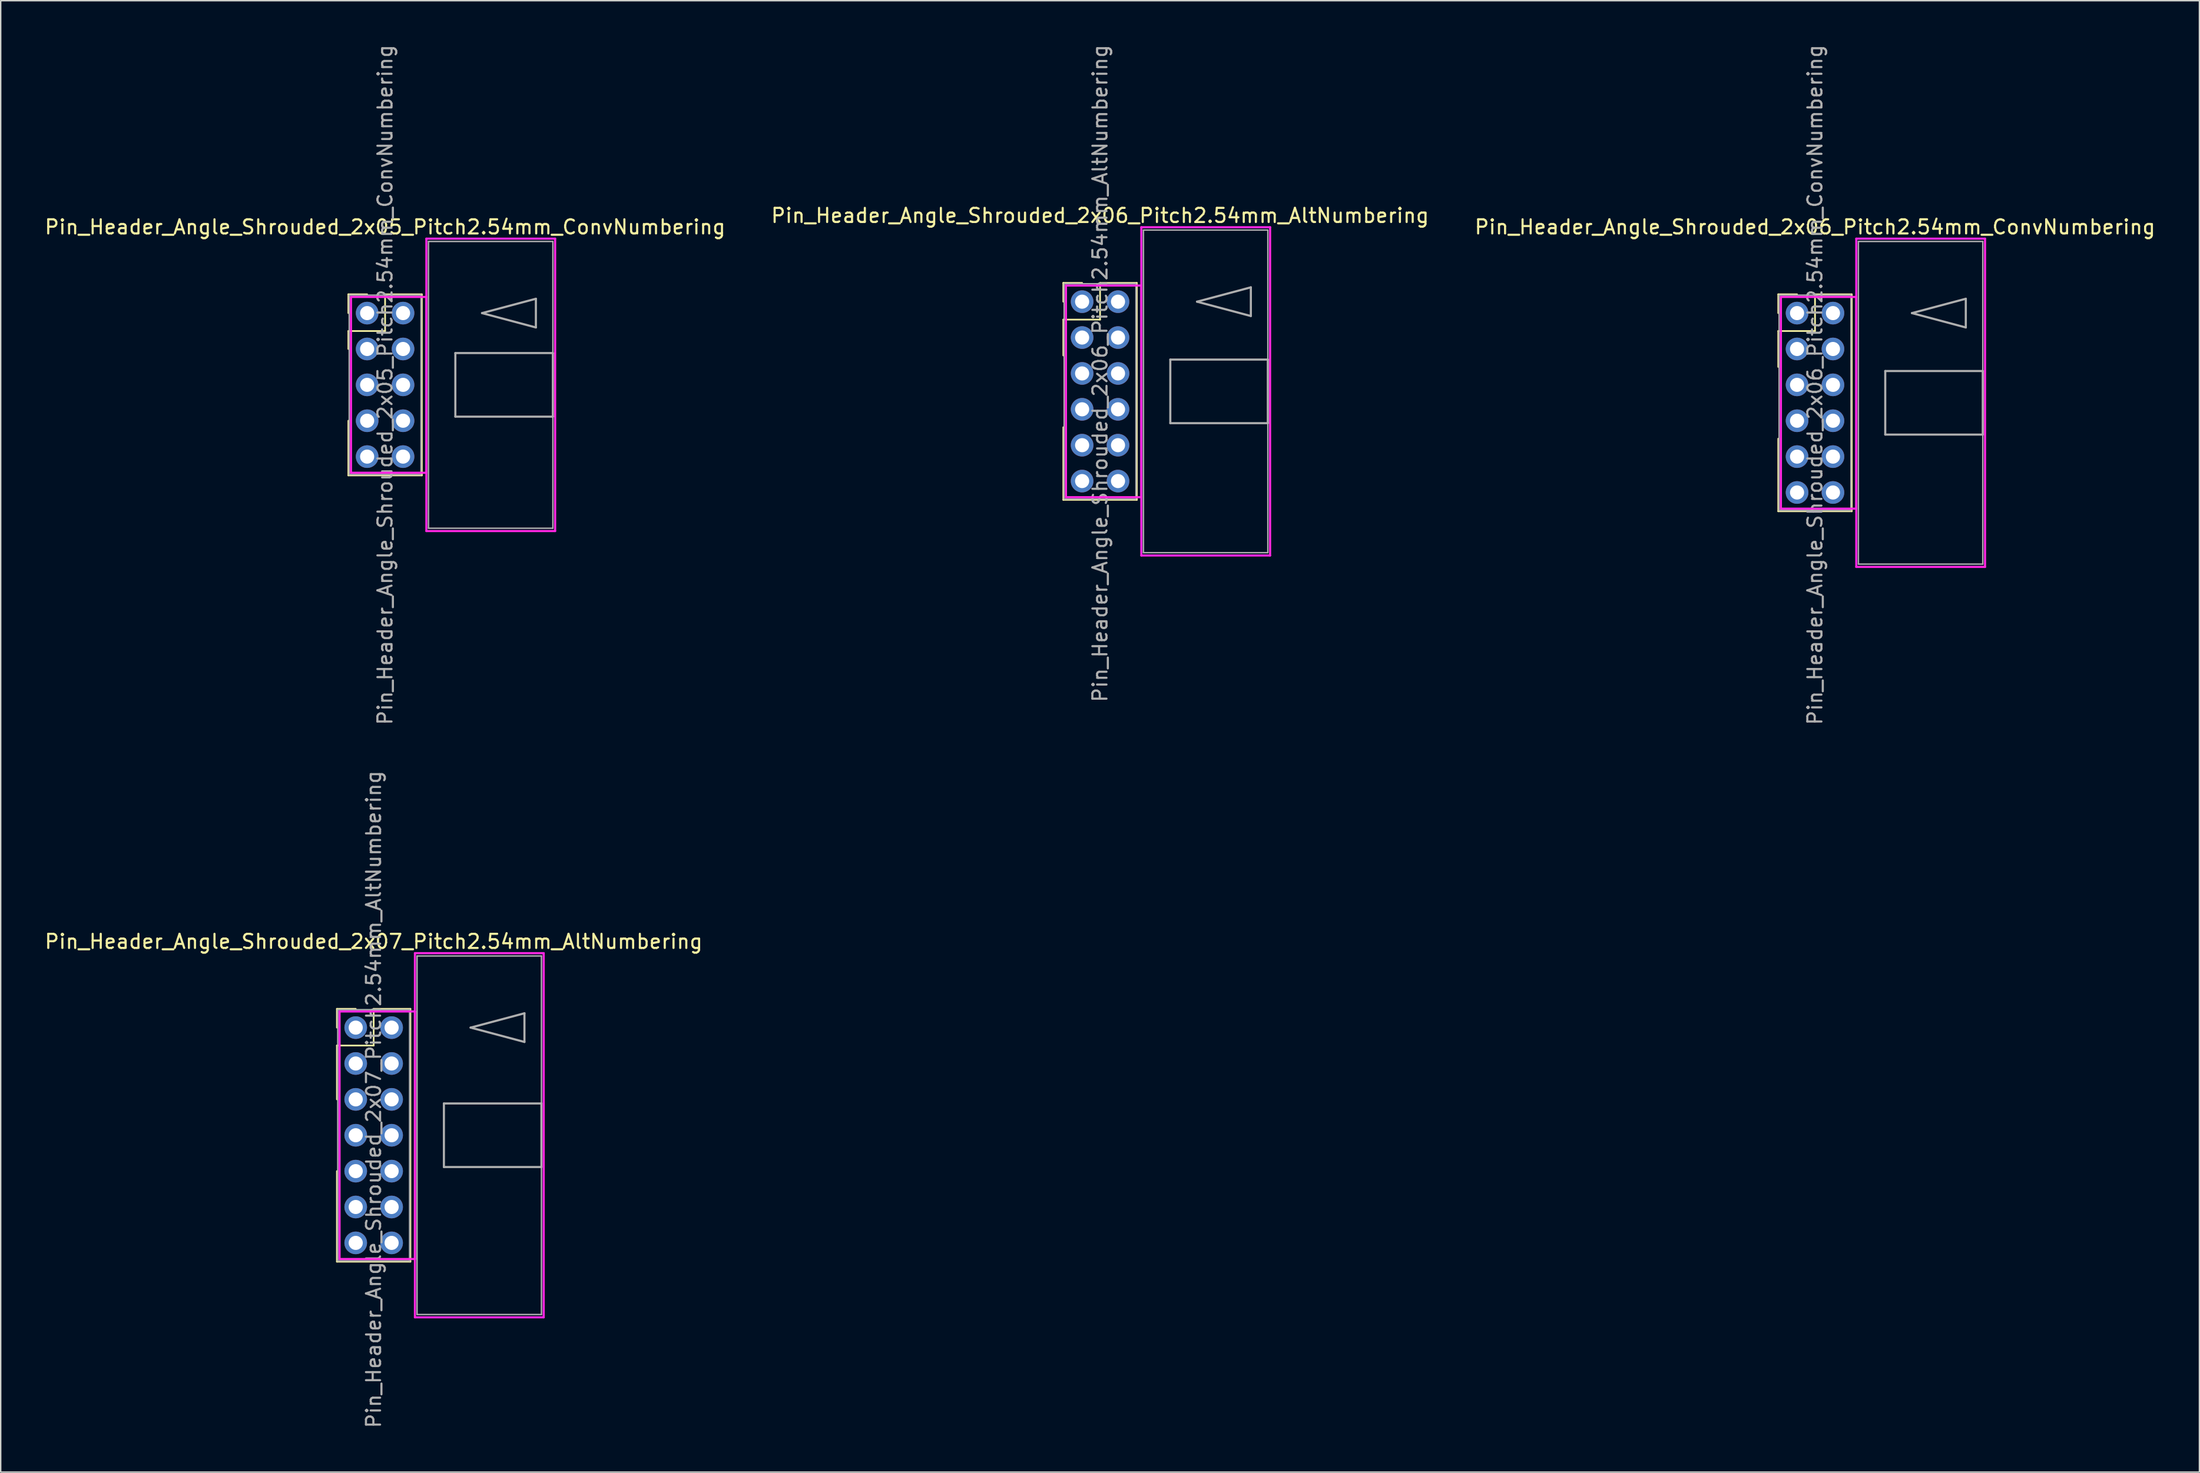
<source format=kicad_pcb>
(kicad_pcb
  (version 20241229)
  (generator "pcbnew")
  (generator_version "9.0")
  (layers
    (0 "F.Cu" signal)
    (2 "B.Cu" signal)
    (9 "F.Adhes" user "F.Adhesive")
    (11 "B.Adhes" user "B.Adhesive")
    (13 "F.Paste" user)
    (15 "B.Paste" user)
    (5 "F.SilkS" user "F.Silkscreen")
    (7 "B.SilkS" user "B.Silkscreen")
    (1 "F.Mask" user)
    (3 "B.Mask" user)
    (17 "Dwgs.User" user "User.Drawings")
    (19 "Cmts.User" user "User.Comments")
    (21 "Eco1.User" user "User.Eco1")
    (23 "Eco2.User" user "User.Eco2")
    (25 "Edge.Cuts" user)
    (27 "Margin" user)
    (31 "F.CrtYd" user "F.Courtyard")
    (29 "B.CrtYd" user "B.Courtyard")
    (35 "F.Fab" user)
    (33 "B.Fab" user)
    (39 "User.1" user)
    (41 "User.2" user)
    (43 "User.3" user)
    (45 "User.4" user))
  (footprint "Pin_Header_Angle_Shrouded_2x06_Pitch2.54mm_AltNumbering"
    (layer "F.Cu")
    (at 73.51 18.307)
    (property "Reference" "Pin_Header_Angle_Shrouded_2x06_Pitch2.54mm_AltNumbering" (at 1.27 -6.096 0) (layer "F.SilkS") (effects (font (size 1 1) (thickness 0.15))))
    (attr through_hole)
    (fp_line (start -1.33 -1.33) (end 0 -1.33) (stroke (width 0.12) (type solid)) (layer "F.SilkS"))
    (fp_line (start -1.33 0) (end -1.33 -1.33) (stroke (width 0.12) (type solid)) (layer "F.SilkS"))
    (fp_line (start -1.33 1.27) (end -1.33 3.81) (stroke (width 0.12) (type solid)) (layer "F.SilkS"))
    (fp_line (start -1.33 1.27) (end 1.27 1.27) (stroke (width 0.12) (type solid)) (layer "F.SilkS"))
    (fp_line (start -1.33 8.89) (end -1.33 14.03) (stroke (width 0.12) (type solid)) (layer "F.SilkS"))
    (fp_line (start -1.33 14.03) (end 3.87 14.03) (stroke (width 0.12) (type solid)) (layer "F.SilkS"))
    (fp_line (start 1.27 -1.33) (end 3.87 -1.33) (stroke (width 0.12) (type solid)) (layer "F.SilkS"))
    (fp_line (start 1.27 1.27) (end 1.27 -1.33) (stroke (width 0.12) (type solid)) (layer "F.SilkS"))
    (fp_line (start 3.87 -1.33) (end 3.87 14.03) (stroke (width 0.12) (type solid)) (layer "F.SilkS"))
    (fp_line (start -1.143 -1.143) (end -1.143 13.843) (stroke (width 0.15) (type solid)) (layer "F.CrtYd"))
    (fp_line (start -1.143 13.843) (end 4.19 13.843) (stroke (width 0.15) (type solid)) (layer "F.CrtYd"))
    (fp_line (start 4.19 -5.27) (end 4.19 17.97) (stroke (width 0.15) (type solid)) (layer "F.CrtYd"))
    (fp_line (start 4.19 -1.143) (end -1.143 -1.143) (stroke (width 0.15) (type solid)) (layer "F.CrtYd"))
    (fp_line (start 4.19 13.843) (end 4.19 -1.143) (stroke (width 0.15) (type solid)) (layer "F.CrtYd"))
    (fp_line (start 4.19 17.97) (end 13.3 17.97) (stroke (width 0.15) (type solid)) (layer "F.CrtYd"))
    (fp_line (start 13.3 -5.27) (end 4.19 -5.27) (stroke (width 0.15) (type solid)) (layer "F.CrtYd"))
    (fp_line (start 13.3 17.97) (end 13.3 -5.27) (stroke (width 0.15) (type solid)) (layer "F.CrtYd"))
    (fp_line (start -1.27 -1.27) (end -1.27 13.97) (stroke (width 0.1) (type solid)) (layer "F.Fab"))
    (fp_line (start -1.27 13.97) (end 3.81 13.97) (stroke (width 0.1) (type solid)) (layer "F.Fab"))
    (fp_line (start 3.81 -1.27) (end -1.27 -1.27) (stroke (width 0.1) (type solid)) (layer "F.Fab"))
    (fp_line (start 3.81 13.97) (end 3.81 -1.27) (stroke (width 0.1) (type solid)) (layer "F.Fab"))
    (fp_line (start 4.34 -5.07) (end 4.34 17.77) (stroke (width 0.1) (type solid)) (layer "F.Fab"))
    (fp_line (start 4.34 17.77) (end 13.14 17.77) (stroke (width 0.1) (type solid)) (layer "F.Fab"))
    (fp_line (start 6.24 4.1) (end 6.24 8.6) (stroke (width 0.15) (type solid)) (layer "F.Fab"))
    (fp_line (start 6.24 8.6) (end 13.14 8.6) (stroke (width 0.15) (type solid)) (layer "F.Fab"))
    (fp_line (start 8.128 0) (end 11.938 -1.016) (stroke (width 0.15) (type solid)) (layer "F.Fab"))
    (fp_line (start 11.938 -1.016) (end 11.938 1.016) (stroke (width 0.15) (type solid)) (layer "F.Fab"))
    (fp_line (start 11.938 1.016) (end 8.128 0) (stroke (width 0.15) (type solid)) (layer "F.Fab"))
    (fp_line (start 13.14 -5.07) (end 4.34 -5.07) (stroke (width 0.1) (type solid)) (layer "F.Fab"))
    (fp_line (start 13.14 4.1) (end 6.24 4.1) (stroke (width 0.15) (type solid)) (layer "F.Fab"))
    (fp_line (start 13.14 8.6) (end 13.14 4.1) (stroke (width 0.15) (type solid)) (layer "F.Fab"))
    (fp_line (start 13.14 17.77) (end 13.14 -5.07) (stroke (width 0.1) (type solid)) (layer "F.Fab"))
    (fp_text user "${REFERENCE}" (at 1.27 5.08 90) (layer "F.Fab") (effects (font (size 1 1) (thickness 0.15))))
    (pad "1" thru_hole oval (at 0 0) (size 1.6 1.6) (drill 1) (layers "*.Cu" "*.Mask"))
    (pad "2" thru_hole oval (at 0 2.54) (size 1.6 1.6) (drill 1) (layers "*.Cu" "*.Mask"))
    (pad "3" thru_hole oval (at 0 5.08) (size 1.6 1.6) (drill 1) (layers "*.Cu" "*.Mask"))
    (pad "4" thru_hole oval (at 0 7.62) (size 1.6 1.6) (drill 1) (layers "*.Cu" "*.Mask"))
    (pad "5" thru_hole oval (at 0 10.16) (size 1.6 1.6) (drill 1) (layers "*.Cu" "*.Mask"))
    (pad "6" thru_hole oval (at 0 12.7) (size 1.6 1.6) (drill 1) (layers "*.Cu" "*.Mask"))
    (pad "7" thru_hole oval (at 2.54 0) (size 1.6 1.6) (drill 1) (layers "*.Cu" "*.Mask"))
    (pad "8" thru_hole oval (at 2.54 2.54) (size 1.6 1.6) (drill 1) (layers "*.Cu" "*.Mask"))
    (pad "9" thru_hole oval (at 2.54 5.08) (size 1.6 1.6) (drill 1) (layers "*.Cu" "*.Mask"))
    (pad "10" thru_hole oval (at 2.54 7.62) (size 1.6 1.6) (drill 1) (layers "*.Cu" "*.Mask"))
    (pad "11" thru_hole oval (at 2.54 10.16) (size 1.6 1.6) (drill 1) (layers "*.Cu" "*.Mask"))
    (pad "12" thru_hole oval (at 2.54 12.7) (size 1.6 1.6) (drill 1) (layers "*.Cu" "*.Mask")))
  (footprint "Pin_Header_Angle_Shrouded_2x07_Pitch2.54mm_AltNumbering"
    (layer "F.Cu")
    (at 22.117 69.7)
    (property "Reference" "Pin_Header_Angle_Shrouded_2x07_Pitch2.54mm_AltNumbering" (at 1.27 -6.096 0) (layer "F.SilkS") (effects (font (size 1 1) (thickness 0.15))))
    (attr through_hole)
    (fp_line (start -1.33 -1.33) (end 0 -1.33) (stroke (width 0.12) (type solid)) (layer "F.SilkS"))
    (fp_line (start -1.33 0) (end -1.33 -1.33) (stroke (width 0.12) (type solid)) (layer "F.SilkS"))
    (fp_line (start -1.33 1.27) (end -1.33 5.08) (stroke (width 0.12) (type solid)) (layer "F.SilkS"))
    (fp_line (start -1.33 1.27) (end 1.27 1.27) (stroke (width 0.12) (type solid)) (layer "F.SilkS"))
    (fp_line (start -1.33 10.16) (end -1.33 16.57) (stroke (width 0.12) (type solid)) (layer "F.SilkS"))
    (fp_line (start -1.33 16.57) (end 3.87 16.57) (stroke (width 0.12) (type solid)) (layer "F.SilkS"))
    (fp_line (start 1.27 -1.33) (end 3.87 -1.33) (stroke (width 0.12) (type solid)) (layer "F.SilkS"))
    (fp_line (start 1.27 1.27) (end 1.27 -1.33) (stroke (width 0.12) (type solid)) (layer "F.SilkS"))
    (fp_line (start 3.87 -1.33) (end 3.87 16.57) (stroke (width 0.12) (type solid)) (layer "F.SilkS"))
    (fp_line (start -1.143 -1.143) (end -1.143 16.383) (stroke (width 0.15) (type solid)) (layer "F.CrtYd"))
    (fp_line (start -1.143 16.383) (end 4.19 16.383) (stroke (width 0.15) (type solid)) (layer "F.CrtYd"))
    (fp_line (start 4.19 -5.27) (end 4.19 20.51) (stroke (width 0.15) (type solid)) (layer "F.CrtYd"))
    (fp_line (start 4.19 -1.143) (end -1.143 -1.143) (stroke (width 0.15) (type solid)) (layer "F.CrtYd"))
    (fp_line (start 4.19 16.383) (end 4.19 -1.143) (stroke (width 0.15) (type solid)) (layer "F.CrtYd"))
    (fp_line (start 4.19 20.51) (end 13.3 20.51) (stroke (width 0.15) (type solid)) (layer "F.CrtYd"))
    (fp_line (start 13.3 -5.27) (end 4.19 -5.27) (stroke (width 0.15) (type solid)) (layer "F.CrtYd"))
    (fp_line (start 13.3 20.51) (end 13.3 -5.27) (stroke (width 0.15) (type solid)) (layer "F.CrtYd"))
    (fp_line (start -1.27 -1.27) (end -1.27 16.51) (stroke (width 0.1) (type solid)) (layer "F.Fab"))
    (fp_line (start -1.27 16.51) (end 3.81 16.51) (stroke (width 0.1) (type solid)) (layer "F.Fab"))
    (fp_line (start 3.81 -1.27) (end -1.27 -1.27) (stroke (width 0.1) (type solid)) (layer "F.Fab"))
    (fp_line (start 3.81 16.51) (end 3.81 -1.27) (stroke (width 0.1) (type solid)) (layer "F.Fab"))
    (fp_line (start 4.34 -5.07) (end 4.34 20.31) (stroke (width 0.1) (type solid)) (layer "F.Fab"))
    (fp_line (start 4.34 20.31) (end 13.14 20.31) (stroke (width 0.1) (type solid)) (layer "F.Fab"))
    (fp_line (start 6.24 5.37) (end 6.24 9.87) (stroke (width 0.15) (type solid)) (layer "F.Fab"))
    (fp_line (start 6.24 9.87) (end 13.14 9.87) (stroke (width 0.15) (type solid)) (layer "F.Fab"))
    (fp_line (start 8.128 0) (end 11.938 -1.016) (stroke (width 0.15) (type solid)) (layer "F.Fab"))
    (fp_line (start 11.938 -1.016) (end 11.938 1.016) (stroke (width 0.15) (type solid)) (layer "F.Fab"))
    (fp_line (start 11.938 1.016) (end 8.128 0) (stroke (width 0.15) (type solid)) (layer "F.Fab"))
    (fp_line (start 13.14 -5.07) (end 4.34 -5.07) (stroke (width 0.1) (type solid)) (layer "F.Fab"))
    (fp_line (start 13.14 5.37) (end 6.24 5.37) (stroke (width 0.15) (type solid)) (layer "F.Fab"))
    (fp_line (start 13.14 9.87) (end 13.14 5.37) (stroke (width 0.15) (type solid)) (layer "F.Fab"))
    (fp_line (start 13.14 20.31) (end 13.14 -5.07) (stroke (width 0.1) (type solid)) (layer "F.Fab"))
    (fp_text user "${REFERENCE}" (at 1.27 5.08 90) (layer "F.Fab") (effects (font (size 1 1) (thickness 0.15))))
    (pad "1" thru_hole oval (at 0 0) (size 1.6 1.6) (drill 1) (layers "*.Cu" "*.Mask"))
    (pad "2" thru_hole oval (at 0 2.54) (size 1.6 1.6) (drill 1) (layers "*.Cu" "*.Mask"))
    (pad "3" thru_hole oval (at 0 5.08) (size 1.6 1.6) (drill 1) (layers "*.Cu" "*.Mask"))
    (pad "4" thru_hole oval (at 0 7.62) (size 1.6 1.6) (drill 1) (layers "*.Cu" "*.Mask"))
    (pad "5" thru_hole oval (at 0 10.16) (size 1.6 1.6) (drill 1) (layers "*.Cu" "*.Mask"))
    (pad "6" thru_hole oval (at 0 12.7) (size 1.6 1.6) (drill 1) (layers "*.Cu" "*.Mask"))
    (pad "7" thru_hole oval (at 0 15.24) (size 1.6 1.6) (drill 1) (layers "*.Cu" "*.Mask"))
    (pad "8" thru_hole oval (at 2.54 0) (size 1.6 1.6) (drill 1) (layers "*.Cu" "*.Mask"))
    (pad "9" thru_hole oval (at 2.54 2.54) (size 1.6 1.6) (drill 1) (layers "*.Cu" "*.Mask"))
    (pad "10" thru_hole oval (at 2.54 5.08) (size 1.6 1.6) (drill 1) (layers "*.Cu" "*.Mask"))
    (pad "11" thru_hole oval (at 2.54 7.62) (size 1.6 1.6) (drill 1) (layers "*.Cu" "*.Mask"))
    (pad "12" thru_hole oval (at 2.54 10.16) (size 1.6 1.6) (drill 1) (layers "*.Cu" "*.Mask"))
    (pad "13" thru_hole oval (at 2.54 12.7) (size 1.6 1.6) (drill 1) (layers "*.Cu" "*.Mask"))
    (pad "14" thru_hole oval (at 2.54 15.24) (size 1.6 1.6) (drill 1) (layers "*.Cu" "*.Mask")))
  (footprint "Pin_Header_Angle_Shrouded_2x06_Pitch2.54mm_ConvNumbering"
    (layer "F.Cu")
    (at 124.093 19.116)
    (property "Reference" "Pin_Header_Angle_Shrouded_2x06_Pitch2.54mm_ConvNumbering" (at 1.27 -6.096 0) (layer "F.SilkS") (effects (font (size 1 1) (thickness 0.15))))
    (attr through_hole)
    (fp_line (start -1.33 -1.33) (end 0 -1.33) (stroke (width 0.12) (type solid)) (layer "F.SilkS"))
    (fp_line (start -1.33 0) (end -1.33 -1.33) (stroke (width 0.12) (type solid)) (layer "F.SilkS"))
    (fp_line (start -1.33 1.27) (end -1.33 3.81) (stroke (width 0.12) (type solid)) (layer "F.SilkS"))
    (fp_line (start -1.33 1.27) (end 1.27 1.27) (stroke (width 0.12) (type solid)) (layer "F.SilkS"))
    (fp_line (start -1.33 8.89) (end -1.33 14.03) (stroke (width 0.12) (type solid)) (layer "F.SilkS"))
    (fp_line (start -1.33 14.03) (end 3.87 14.03) (stroke (width 0.12) (type solid)) (layer "F.SilkS"))
    (fp_line (start 1.27 -1.33) (end 3.87 -1.33) (stroke (width 0.12) (type solid)) (layer "F.SilkS"))
    (fp_line (start 1.27 1.27) (end 1.27 -1.33) (stroke (width 0.12) (type solid)) (layer "F.SilkS"))
    (fp_line (start 3.87 -1.33) (end 3.87 14.03) (stroke (width 0.12) (type solid)) (layer "F.SilkS"))
    (fp_line (start -1.143 -1.143) (end -1.143 13.843) (stroke (width 0.15) (type solid)) (layer "F.CrtYd"))
    (fp_line (start -1.143 13.843) (end 4.19 13.843) (stroke (width 0.15) (type solid)) (layer "F.CrtYd"))
    (fp_line (start 4.19 -5.27) (end 4.19 17.97) (stroke (width 0.15) (type solid)) (layer "F.CrtYd"))
    (fp_line (start 4.19 -1.143) (end -1.143 -1.143) (stroke (width 0.15) (type solid)) (layer "F.CrtYd"))
    (fp_line (start 4.19 13.843) (end 4.19 -1.143) (stroke (width 0.15) (type solid)) (layer "F.CrtYd"))
    (fp_line (start 4.19 17.97) (end 13.3 17.97) (stroke (width 0.15) (type solid)) (layer "F.CrtYd"))
    (fp_line (start 13.3 -5.27) (end 4.19 -5.27) (stroke (width 0.15) (type solid)) (layer "F.CrtYd"))
    (fp_line (start 13.3 17.97) (end 13.3 -5.27) (stroke (width 0.15) (type solid)) (layer "F.CrtYd"))
    (fp_line (start -1.27 -1.27) (end -1.27 13.97) (stroke (width 0.1) (type solid)) (layer "F.Fab"))
    (fp_line (start -1.27 13.97) (end 3.81 13.97) (stroke (width 0.1) (type solid)) (layer "F.Fab"))
    (fp_line (start 3.81 -1.27) (end -1.27 -1.27) (stroke (width 0.1) (type solid)) (layer "F.Fab"))
    (fp_line (start 3.81 13.97) (end 3.81 -1.27) (stroke (width 0.1) (type solid)) (layer "F.Fab"))
    (fp_line (start 4.34 -5.07) (end 4.34 17.77) (stroke (width 0.1) (type solid)) (layer "F.Fab"))
    (fp_line (start 4.34 17.77) (end 13.14 17.77) (stroke (width 0.1) (type solid)) (layer "F.Fab"))
    (fp_line (start 6.24 4.1) (end 6.24 8.6) (stroke (width 0.15) (type solid)) (layer "F.Fab"))
    (fp_line (start 6.24 8.6) (end 13.14 8.6) (stroke (width 0.15) (type solid)) (layer "F.Fab"))
    (fp_line (start 8.128 0) (end 11.938 -1.016) (stroke (width 0.15) (type solid)) (layer "F.Fab"))
    (fp_line (start 11.938 -1.016) (end 11.938 1.016) (stroke (width 0.15) (type solid)) (layer "F.Fab"))
    (fp_line (start 11.938 1.016) (end 8.128 0) (stroke (width 0.15) (type solid)) (layer "F.Fab"))
    (fp_line (start 13.14 -5.07) (end 4.34 -5.07) (stroke (width 0.1) (type solid)) (layer "F.Fab"))
    (fp_line (start 13.14 4.1) (end 6.24 4.1) (stroke (width 0.15) (type solid)) (layer "F.Fab"))
    (fp_line (start 13.14 8.6) (end 13.14 4.1) (stroke (width 0.15) (type solid)) (layer "F.Fab"))
    (fp_line (start 13.14 17.77) (end 13.14 -5.07) (stroke (width 0.1) (type solid)) (layer "F.Fab"))
    (fp_text user "${REFERENCE}" (at 1.27 5.08 90) (layer "F.Fab") (effects (font (size 1 1) (thickness 0.15))))
    (pad "1" thru_hole oval (at 0 0) (size 1.6 1.6) (drill 1) (layers "*.Cu" "*.Mask"))
    (pad "2" thru_hole oval (at 2.54 0) (size 1.6 1.6) (drill 1) (layers "*.Cu" "*.Mask"))
    (pad "3" thru_hole oval (at 0 2.54) (size 1.6 1.6) (drill 1) (layers "*.Cu" "*.Mask"))
    (pad "4" thru_hole oval (at 2.54 2.54) (size 1.6 1.6) (drill 1) (layers "*.Cu" "*.Mask"))
    (pad "5" thru_hole oval (at 0 5.08) (size 1.6 1.6) (drill 1) (layers "*.Cu" "*.Mask"))
    (pad "6" thru_hole oval (at 2.54 5.08) (size 1.6 1.6) (drill 1) (layers "*.Cu" "*.Mask"))
    (pad "7" thru_hole oval (at 0 7.62) (size 1.6 1.6) (drill 1) (layers "*.Cu" "*.Mask"))
    (pad "8" thru_hole oval (at 2.54 7.62) (size 1.6 1.6) (drill 1) (layers "*.Cu" "*.Mask"))
    (pad "9" thru_hole oval (at 0 10.16) (size 1.6 1.6) (drill 1) (layers "*.Cu" "*.Mask"))
    (pad "10" thru_hole oval (at 2.54 10.16) (size 1.6 1.6) (drill 1) (layers "*.Cu" "*.Mask"))
    (pad "11" thru_hole oval (at 0 12.7) (size 1.6 1.6) (drill 1) (layers "*.Cu" "*.Mask"))
    (pad "12" thru_hole oval (at 2.54 12.7) (size 1.6 1.6) (drill 1) (layers "*.Cu" "*.Mask")))
  (footprint "Pin_Header_Angle_Shrouded_2x05_Pitch2.54mm_ConvNumbering"
    (layer "F.Cu")
    (at 22.926 19.116)
    (property "Reference" "Pin_Header_Angle_Shrouded_2x05_Pitch2.54mm_ConvNumbering" (at 1.27 -6.096 0) (layer "F.SilkS") (effects (font (size 1 1) (thickness 0.15))))
    (attr through_hole)
    (fp_line (start -1.33 -1.33) (end 0 -1.33) (stroke (width 0.12) (type solid)) (layer "F.SilkS"))
    (fp_line (start -1.33 0) (end -1.33 -1.33) (stroke (width 0.12) (type solid)) (layer "F.SilkS"))
    (fp_line (start -1.33 1.27) (end -1.33 2.54) (stroke (width 0.12) (type solid)) (layer "F.SilkS"))
    (fp_line (start -1.33 1.27) (end 1.27 1.27) (stroke (width 0.12) (type solid)) (layer "F.SilkS"))
    (fp_line (start -1.33 7.62) (end -1.33 11.49) (stroke (width 0.12) (type solid)) (layer "F.SilkS"))
    (fp_line (start -1.33 11.49) (end 3.87 11.49) (stroke (width 0.12) (type solid)) (layer "F.SilkS"))
    (fp_line (start 1.27 -1.33) (end 3.87 -1.33) (stroke (width 0.12) (type solid)) (layer "F.SilkS"))
    (fp_line (start 1.27 1.27) (end 1.27 -1.33) (stroke (width 0.12) (type solid)) (layer "F.SilkS"))
    (fp_line (start 3.87 -1.33) (end 3.87 11.49) (stroke (width 0.12) (type solid)) (layer "F.SilkS"))
    (fp_line (start -1.143 -1.143) (end -1.143 11.303) (stroke (width 0.15) (type solid)) (layer "F.CrtYd"))
    (fp_line (start -1.143 11.303) (end 4.19 11.303) (stroke (width 0.15) (type solid)) (layer "F.CrtYd"))
    (fp_line (start 4.19 -5.27) (end 4.19 15.43) (stroke (width 0.15) (type solid)) (layer "F.CrtYd"))
    (fp_line (start 4.19 -1.143) (end -1.143 -1.143) (stroke (width 0.15) (type solid)) (layer "F.CrtYd"))
    (fp_line (start 4.19 11.303) (end 4.19 -1.143) (stroke (width 0.15) (type solid)) (layer "F.CrtYd"))
    (fp_line (start 4.19 15.43) (end 13.3 15.43) (stroke (width 0.15) (type solid)) (layer "F.CrtYd"))
    (fp_line (start 13.3 -5.27) (end 4.19 -5.27) (stroke (width 0.15) (type solid)) (layer "F.CrtYd"))
    (fp_line (start 13.3 15.43) (end 13.3 -5.27) (stroke (width 0.15) (type solid)) (layer "F.CrtYd"))
    (fp_line (start -1.27 -1.27) (end -1.27 11.43) (stroke (width 0.1) (type solid)) (layer "F.Fab"))
    (fp_line (start -1.27 11.43) (end 3.81 11.43) (stroke (width 0.1) (type solid)) (layer "F.Fab"))
    (fp_line (start 3.81 -1.27) (end -1.27 -1.27) (stroke (width 0.1) (type solid)) (layer "F.Fab"))
    (fp_line (start 3.81 11.43) (end 3.81 -1.27) (stroke (width 0.1) (type solid)) (layer "F.Fab"))
    (fp_line (start 4.34 -5.07) (end 4.34 15.23) (stroke (width 0.1) (type solid)) (layer "F.Fab"))
    (fp_line (start 4.34 15.23) (end 13.14 15.23) (stroke (width 0.1) (type solid)) (layer "F.Fab"))
    (fp_line (start 6.24 2.83) (end 6.24 7.33) (stroke (width 0.15) (type solid)) (layer "F.Fab"))
    (fp_line (start 6.24 7.33) (end 13.14 7.33) (stroke (width 0.15) (type solid)) (layer "F.Fab"))
    (fp_line (start 8.128 0) (end 11.938 -1.016) (stroke (width 0.15) (type solid)) (layer "F.Fab"))
    (fp_line (start 11.938 -1.016) (end 11.938 1.016) (stroke (width 0.15) (type solid)) (layer "F.Fab"))
    (fp_line (start 11.938 1.016) (end 8.128 0) (stroke (width 0.15) (type solid)) (layer "F.Fab"))
    (fp_line (start 13.14 -5.07) (end 4.34 -5.07) (stroke (width 0.1) (type solid)) (layer "F.Fab"))
    (fp_line (start 13.14 2.83) (end 6.24 2.83) (stroke (width 0.15) (type solid)) (layer "F.Fab"))
    (fp_line (start 13.14 7.33) (end 13.14 2.83) (stroke (width 0.15) (type solid)) (layer "F.Fab"))
    (fp_line (start 13.14 15.23) (end 13.14 -5.07) (stroke (width 0.1) (type solid)) (layer "F.Fab"))
    (fp_text user "${REFERENCE}" (at 1.27 5.08 90) (layer "F.Fab") (effects (font (size 1 1) (thickness 0.15))))
    (pad "1" thru_hole oval (at 0 0) (size 1.6 1.6) (drill 1) (layers "*.Cu" "*.Mask"))
    (pad "2" thru_hole oval (at 2.54 0) (size 1.6 1.6) (drill 1) (layers "*.Cu" "*.Mask"))
    (pad "3" thru_hole oval (at 0 2.54) (size 1.6 1.6) (drill 1) (layers "*.Cu" "*.Mask"))
    (pad "4" thru_hole oval (at 2.54 2.54) (size 1.6 1.6) (drill 1) (layers "*.Cu" "*.Mask"))
    (pad "5" thru_hole oval (at 0 5.08) (size 1.6 1.6) (drill 1) (layers "*.Cu" "*.Mask"))
    (pad "6" thru_hole oval (at 2.54 5.08) (size 1.6 1.6) (drill 1) (layers "*.Cu" "*.Mask"))
    (pad "7" thru_hole oval (at 0 7.62) (size 1.6 1.6) (drill 1) (layers "*.Cu" "*.Mask"))
    (pad "8" thru_hole oval (at 2.54 7.62) (size 1.6 1.6) (drill 1) (layers "*.Cu" "*.Mask"))
    (pad "9" thru_hole oval (at 0 10.16) (size 1.6 1.6) (drill 1) (layers "*.Cu" "*.Mask"))
    (pad "10" thru_hole oval (at 2.54 10.16) (size 1.6 1.6) (drill 1) (layers "*.Cu" "*.Mask")))
  (gr_rect
    (start -3 -3)
    (end 152.56 101.167)
    (stroke (width 0.1) (type default))
    (fill no)
    (layer "Edge.Cuts")))
</source>
